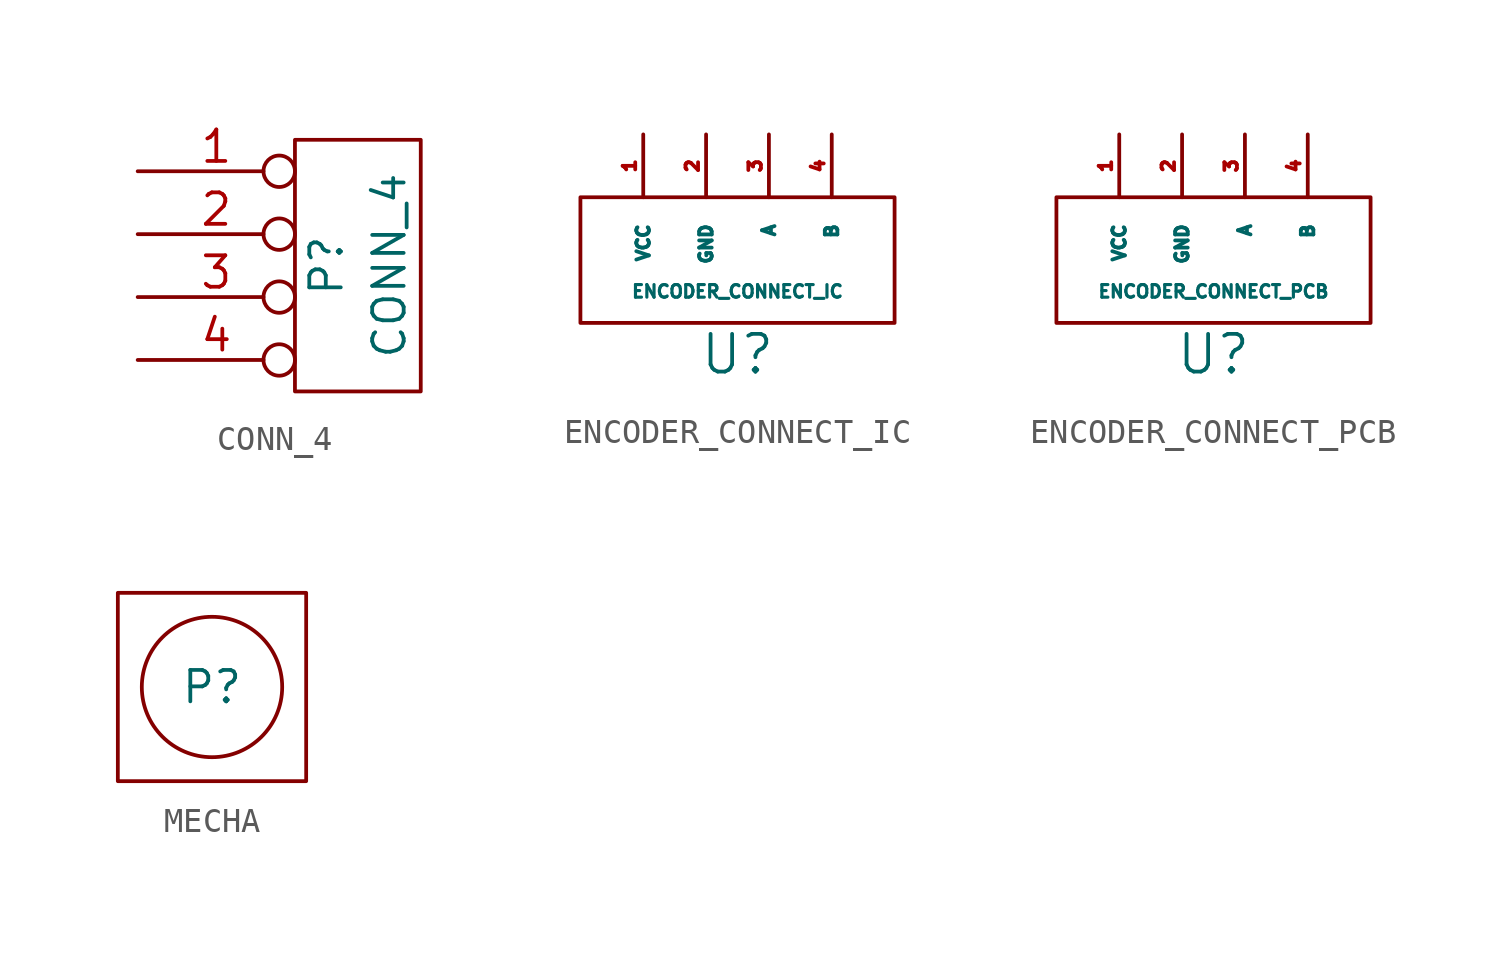
<source format=kicad_sym>
(kicad_symbol_lib
  (version 20220914)
  (generator kicad_symbol_editor)
  (symbol "CONN_4"
    (pin_names
      (offset 1.016) hide)
    (property "Reference" "P"
      (at -1.27 0 90)
      (effects (font (size 1.27 1.27))))
    (property "Value" "CONN_4"
      (at 1.27 0 90)
      (effects (font (size 1.27 1.27))))
    (symbol "CONN_4_0_1"
      (rectangle (start -2.54 5.08) (end 2.54 -5.08) (stroke (width 0) (type solid)) (fill (type none))))
    (symbol "CONN_4_1_1"
      (pin passive inverted (at -8.89 3.81 0) (length 6.35) (name "P1" (effects (font (size 1.27 1.27)))) (number "1" (effects (font (size 1.27 1.27)))))
      (pin passive inverted (at -8.89 1.27 0) (length 6.35) (name "P2" (effects (font (size 1.27 1.27)))) (number "2" (effects (font (size 1.27 1.27)))))
      (pin passive inverted (at -8.89 -1.27 0) (length 6.35) (name "P3" (effects (font (size 1.27 1.27)))) (number "3" (effects (font (size 1.27 1.27)))))
      (pin passive inverted (at -8.89 -3.81 0) (length 6.35) (name "P4" (effects (font (size 1.27 1.27)))) (number "4" (effects (font (size 1.27 1.27)))))))
  (symbol "ENCODER_CONNECT_IC"
    (pin_names
      (offset 1.016))
    (property "Reference" "U"
      (at 0 -2.54 0)
      (effects (font (size 1.524 1.524))))
    (property "Value" "ENCODER_CONNECT_IC"
      (at 0 0 0)
      (effects (font (size 0.508 0.508))))
    (symbol "ENCODER_CONNECT_IC_0_1"
      (rectangle (start -6.35 3.81) (end 6.35 -1.27) (stroke (width 0) (type solid)) (fill (type none))))
    (symbol "ENCODER_CONNECT_IC_1_1"
      (pin input line (at -3.81 6.35 270) (length 2.54) (name "VCC" (effects (font (size 0.508 0.508)))) (number "1" (effects (font (size 0.508 0.508)))))
      (pin input line (at -1.27 6.35 270) (length 2.54) (name "GND" (effects (font (size 0.508 0.508)))) (number "2" (effects (font (size 0.508 0.508)))))
      (pin input line (at 1.27 6.35 270) (length 2.54) (name "A" (effects (font (size 0.508 0.508)))) (number "3" (effects (font (size 0.508 0.508)))))
      (pin input line (at 3.81 6.35 270) (length 2.54) (name "B" (effects (font (size 0.508 0.508)))) (number "4" (effects (font (size 0.508 0.508)))))))
  (symbol "ENCODER_CONNECT_PCB"
    (pin_names
      (offset 1.016))
    (property "Reference" "U"
      (at 0 -2.54 0)
      (effects (font (size 1.524 1.524))))
    (property "Value" "ENCODER_CONNECT_PCB"
      (at 0 0 0)
      (effects (font (size 0.508 0.508))))
    (symbol "ENCODER_CONNECT_PCB_0_1"
      (rectangle (start -6.35 3.81) (end 6.35 -1.27) (stroke (width 0) (type solid)) (fill (type none))))
    (symbol "ENCODER_CONNECT_PCB_1_1"
      (pin input line (at -3.81 6.35 270) (length 2.54) (name "VCC" (effects (font (size 0.508 0.508)))) (number "1" (effects (font (size 0.508 0.508)))))
      (pin input line (at -1.27 6.35 270) (length 2.54) (name "GND" (effects (font (size 0.508 0.508)))) (number "2" (effects (font (size 0.508 0.508)))))
      (pin input line (at 1.27 6.35 270) (length 2.54) (name "A" (effects (font (size 0.508 0.508)))) (number "3" (effects (font (size 0.508 0.508)))))
      (pin input line (at 3.81 6.35 270) (length 2.54) (name "B" (effects (font (size 0.508 0.508)))) (number "4" (effects (font (size 0.508 0.508)))))))
  (symbol "MECHA"
    (property "Reference" "P"
      (at 0 0 0)
      (effects (font (size 1.27 1.27))))
    (property "Value" ""
      (at 0 0 0)
      (effects (font (size 1.27 1.27))))
    (symbol "MECHA_0_1"
      (rectangle (start -3.81 3.81) (end 3.81 -3.81) (stroke (width 0) (type default)) (fill (type none)))
      (circle (center 0 0) (radius 2.84) (stroke (width 0) (type default)) (fill (type none))))))
</source>
